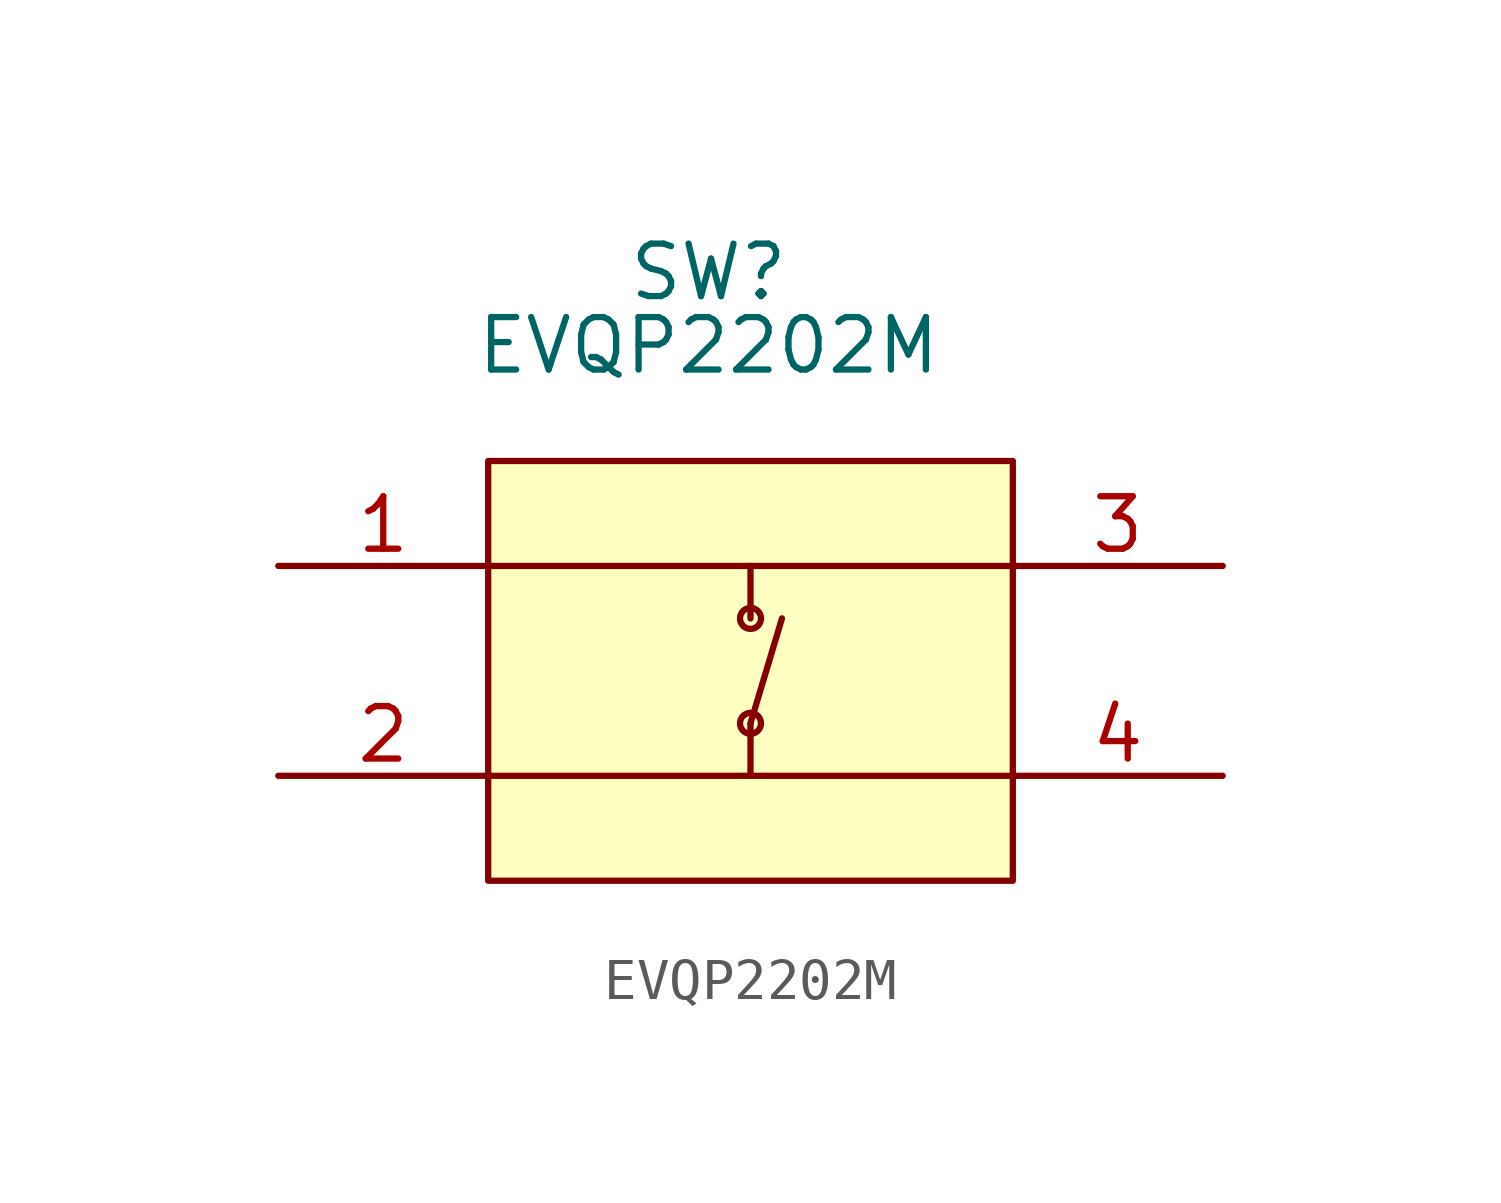
<source format=kicad_sym>
(kicad_symbol_lib
  (version 20211014)
  (generator kicad_symbol_editor)
  (symbol "EVQP2202M"
    (property "Reference" "SW"
      (at 5.334 7.112 0)
      (effects (font (size 1.27 1.27))))
    (property "Value" "EVQP2202M"
      (at 5.334 5.334 0)
      (effects (font (size 1.27 1.27))))
    (symbol "EVQP2202M_0_1"
      (polyline (pts (xy 0 -5.08) (xy 12.7 -5.08)) (stroke (width 0) (type default) (color 0 0 0 0)) (fill (type none)))
      (polyline (pts (xy 0 0) (xy 12.7 0)) (stroke (width 0) (type default) (color 0 0 0 0)) (fill (type none)))
      (polyline (pts (xy 6.35 -5.08) (xy 6.35 -3.81)) (stroke (width 0) (type default) (color 0 0 0 0)) (fill (type none)))
      (polyline (pts (xy 6.35 -3.81) (xy 7.112 -1.27)) (stroke (width 0) (type default) (color 0 0 0 0)) (fill (type none)))
      (polyline (pts (xy 6.35 0) (xy 6.35 -1.27)) (stroke (width 0) (type default) (color 0 0 0 0)) (fill (type none)))
      (rectangle (start 0 2.54) (end 12.7 -7.62) (stroke (width 0) (type default) (color 0 0 0 0)) (fill (type background)))
      (circle (center 6.35 -3.81) (radius 0.254) (stroke (width 0) (type default) (color 0 0 0 0)) (fill (type none)))
      (circle (center 6.35 -1.27) (radius 0.254) (stroke (width 0) (type default) (color 0 0 0 0)) (fill (type none))))
    (symbol "EVQP2202M_1_1"
      (pin bidirectional line (at -5.08 0 0) (length 5.08) (name "" (effects (font (size 1.27 1.27)))) (number "1" (effects (font (size 1.27 1.27)))))
      (pin bidirectional line (at -5.08 -5.08 0) (length 5.08) (name "" (effects (font (size 1.27 1.27)))) (number "2" (effects (font (size 1.27 1.27)))))
      (pin bidirectional line (at 17.78 0 180) (length 5.08) (name "" (effects (font (size 1.27 1.27)))) (number "3" (effects (font (size 1.27 1.27)))))
      (pin bidirectional line (at 17.78 -5.08 180) (length 5.08) (name "" (effects (font (size 1.27 1.27)))) (number "4" (effects (font (size 1.27 1.27))))))))
</source>
